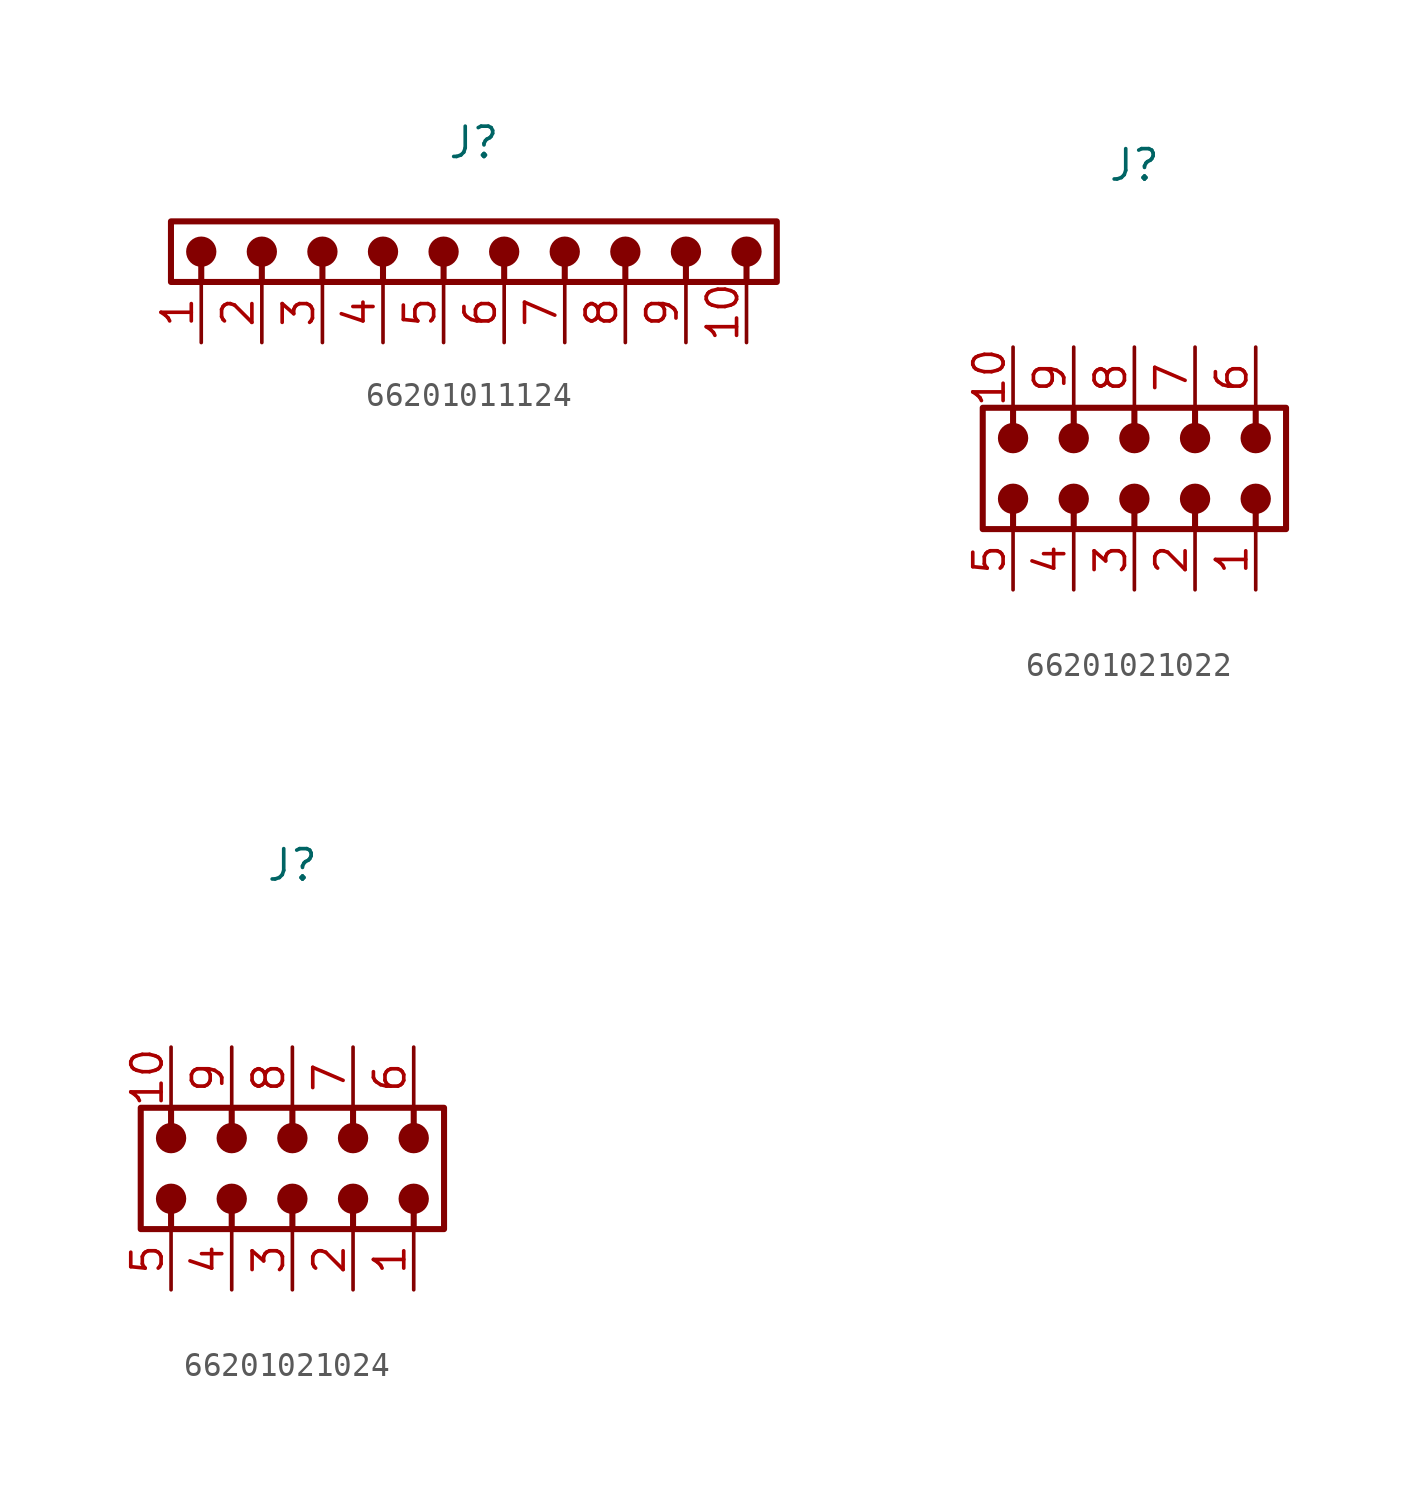
<source format=kicad_sym>
(kicad_symbol_lib
  (version 20241209)
  (generator "kicad_symbol_editor")
  (generator_version "9.0")
  (symbol "66201011124"
    (pin_names
      (hide yes))
    (property "Reference" "J"
      (at 0 4.572 0)
      (effects (font (size 1.27 1.27))))
    (symbol "66201011124_1_1"
      (rectangle (start -12.7 1.27) (end 12.7 -1.27) (stroke (width 0.254) (type solid)) (fill (type none)))
      (circle (center -11.43 0) (radius 0.508) (stroke (width 0.254) (type solid)) (fill (type outline)))
      (polyline (pts (xy -11.43 -0.508) (xy -11.43 -1.27)) (stroke (width 0.254) (type solid)) (fill (type none)))
      (circle (center -8.89 0) (radius 0.508) (stroke (width 0.254) (type solid)) (fill (type outline)))
      (polyline (pts (xy -8.89 -0.508) (xy -8.89 -1.27)) (stroke (width 0.254) (type solid)) (fill (type none)))
      (circle (center -6.35 0) (radius 0.508) (stroke (width 0.254) (type solid)) (fill (type outline)))
      (polyline (pts (xy -6.35 -0.508) (xy -6.35 -1.27)) (stroke (width 0.254) (type solid)) (fill (type none)))
      (circle (center -3.81 0) (radius 0.508) (stroke (width 0.254) (type solid)) (fill (type outline)))
      (polyline (pts (xy -3.81 -0.508) (xy -3.81 -1.27)) (stroke (width 0.254) (type solid)) (fill (type none)))
      (circle (center -1.27 0) (radius 0.508) (stroke (width 0.254) (type solid)) (fill (type outline)))
      (polyline (pts (xy -1.27 -0.508) (xy -1.27 -1.27)) (stroke (width 0.254) (type solid)) (fill (type none)))
      (circle (center 1.27 0) (radius 0.508) (stroke (width 0.254) (type solid)) (fill (type outline)))
      (polyline (pts (xy 1.27 -0.508) (xy 1.27 -1.27)) (stroke (width 0.254) (type solid)) (fill (type none)))
      (circle (center 3.81 0) (radius 0.508) (stroke (width 0.254) (type solid)) (fill (type outline)))
      (polyline (pts (xy 3.81 -0.508) (xy 3.81 -1.27)) (stroke (width 0.254) (type solid)) (fill (type none)))
      (circle (center 6.35 0) (radius 0.508) (stroke (width 0.254) (type solid)) (fill (type outline)))
      (polyline (pts (xy 6.35 -0.508) (xy 6.35 -1.27)) (stroke (width 0.254) (type solid)) (fill (type none)))
      (circle (center 8.89 0) (radius 0.508) (stroke (width 0.254) (type solid)) (fill (type outline)))
      (polyline (pts (xy 8.89 -0.508) (xy 8.89 -1.27)) (stroke (width 0.254) (type solid)) (fill (type none)))
      (circle (center 11.43 0) (radius 0.508) (stroke (width 0.254) (type solid)) (fill (type outline)))
      (polyline (pts (xy 11.43 -0.508) (xy 11.43 -1.27)) (stroke (width 0.254) (type solid)) (fill (type none)))
      (pin passive line (at -11.43 -3.81 90) (length 2.54) (name "1" (effects (font (size 1.27 1.27)))) (number "1" (effects (font (size 1.27 1.27)))))
      (pin passive line (at -8.89 -3.81 90) (length 2.54) (name "2" (effects (font (size 1.27 1.27)))) (number "2" (effects (font (size 1.27 1.27)))))
      (pin passive line (at -6.35 -3.81 90) (length 2.54) (name "3" (effects (font (size 1.27 1.27)))) (number "3" (effects (font (size 1.27 1.27)))))
      (pin passive line (at -3.81 -3.81 90) (length 2.54) (name "4" (effects (font (size 1.27 1.27)))) (number "4" (effects (font (size 1.27 1.27)))))
      (pin passive line (at -1.27 -3.81 90) (length 2.54) (name "5" (effects (font (size 1.27 1.27)))) (number "5" (effects (font (size 1.27 1.27)))))
      (pin passive line (at 1.27 -3.81 90) (length 2.54) (name "6" (effects (font (size 1.27 1.27)))) (number "6" (effects (font (size 1.27 1.27)))))
      (pin passive line (at 3.81 -3.81 90) (length 2.54) (name "7" (effects (font (size 1.27 1.27)))) (number "7" (effects (font (size 1.27 1.27)))))
      (pin passive line (at 6.35 -3.81 90) (length 2.54) (name "8" (effects (font (size 1.27 1.27)))) (number "8" (effects (font (size 1.27 1.27)))))
      (pin passive line (at 8.89 -3.81 90) (length 2.54) (name "9" (effects (font (size 1.27 1.27)))) (number "9" (effects (font (size 1.27 1.27)))))
      (pin passive line (at 11.43 -3.81 90) (length 2.54) (name "10" (effects (font (size 1.27 1.27)))) (number "10" (effects (font (size 1.27 1.27)))))))
  (symbol "66201021022"
    (pin_names
      (hide yes))
    (property "Reference" "J"
      (at 0 12.7 0)
      (effects (font (size 1.27 1.27))))
    (symbol "66201021022_1_1"
      (rectangle (start -6.35 2.54) (end 6.35 -2.54) (stroke (width 0.254) (type solid)) (fill (type none)))
      (polyline (pts (xy -5.08 1.778) (xy -5.08 2.54)) (stroke (width 0.254) (type solid)) (fill (type none)))
      (circle (center -5.08 1.27) (radius 0.508) (stroke (width 0.254) (type solid)) (fill (type outline)))
      (circle (center -5.08 -1.27) (radius 0.508) (stroke (width 0.254) (type solid)) (fill (type outline)))
      (polyline (pts (xy -5.08 -1.778) (xy -5.08 -2.54)) (stroke (width 0.254) (type solid)) (fill (type none)))
      (polyline (pts (xy -2.54 1.778) (xy -2.54 2.54)) (stroke (width 0.254) (type solid)) (fill (type none)))
      (circle (center -2.54 1.27) (radius 0.508) (stroke (width 0.254) (type solid)) (fill (type outline)))
      (circle (center -2.54 -1.27) (radius 0.508) (stroke (width 0.254) (type solid)) (fill (type outline)))
      (polyline (pts (xy -2.54 -1.778) (xy -2.54 -2.54)) (stroke (width 0.254) (type solid)) (fill (type none)))
      (polyline (pts (xy 0 1.778) (xy 0 2.54)) (stroke (width 0.254) (type solid)) (fill (type none)))
      (circle (center 0 1.27) (radius 0.508) (stroke (width 0.254) (type solid)) (fill (type outline)))
      (circle (center 0 -1.27) (radius 0.508) (stroke (width 0.254) (type solid)) (fill (type outline)))
      (polyline (pts (xy 0 -1.778) (xy 0 -2.54)) (stroke (width 0.254) (type solid)) (fill (type none)))
      (polyline (pts (xy 2.54 1.778) (xy 2.54 2.54)) (stroke (width 0.254) (type solid)) (fill (type none)))
      (circle (center 2.54 1.27) (radius 0.508) (stroke (width 0.254) (type solid)) (fill (type outline)))
      (circle (center 2.54 -1.27) (radius 0.508) (stroke (width 0.254) (type solid)) (fill (type outline)))
      (polyline (pts (xy 2.54 -1.778) (xy 2.54 -2.54)) (stroke (width 0.254) (type solid)) (fill (type none)))
      (polyline (pts (xy 5.08 1.778) (xy 5.08 2.54)) (stroke (width 0.254) (type solid)) (fill (type none)))
      (circle (center 5.08 1.27) (radius 0.508) (stroke (width 0.254) (type solid)) (fill (type outline)))
      (circle (center 5.08 -1.27) (radius 0.508) (stroke (width 0.254) (type solid)) (fill (type outline)))
      (polyline (pts (xy 5.08 -1.778) (xy 5.08 -2.54)) (stroke (width 0.254) (type solid)) (fill (type none)))
      (pin passive line (at -5.08 5.08 270) (length 2.54) (name "10" (effects (font (size 1.27 1.27)))) (number "10" (effects (font (size 1.27 1.27)))))
      (pin passive line (at -5.08 -5.08 90) (length 2.54) (name "5" (effects (font (size 1.27 1.27)))) (number "5" (effects (font (size 1.27 1.27)))))
      (pin passive line (at -2.54 5.08 270) (length 2.54) (name "9" (effects (font (size 1.27 1.27)))) (number "9" (effects (font (size 1.27 1.27)))))
      (pin passive line (at -2.54 -5.08 90) (length 2.54) (name "4" (effects (font (size 1.27 1.27)))) (number "4" (effects (font (size 1.27 1.27)))))
      (pin passive line (at 0 5.08 270) (length 2.54) (name "8" (effects (font (size 1.27 1.27)))) (number "8" (effects (font (size 1.27 1.27)))))
      (pin passive line (at 0 -5.08 90) (length 2.54) (name "3" (effects (font (size 1.27 1.27)))) (number "3" (effects (font (size 1.27 1.27)))))
      (pin passive line (at 2.54 5.08 270) (length 2.54) (name "7" (effects (font (size 1.27 1.27)))) (number "7" (effects (font (size 1.27 1.27)))))
      (pin passive line (at 2.54 -5.08 90) (length 2.54) (name "2" (effects (font (size 1.27 1.27)))) (number "2" (effects (font (size 1.27 1.27)))))
      (pin passive line (at 5.08 5.08 270) (length 2.54) (name "6" (effects (font (size 1.27 1.27)))) (number "6" (effects (font (size 1.27 1.27)))))
      (pin passive line (at 5.08 -5.08 90) (length 2.54) (name "1" (effects (font (size 1.27 1.27)))) (number "1" (effects (font (size 1.27 1.27)))))))
  (symbol "66201021024"
    (pin_names
      (hide yes))
    (property "Reference" "J"
      (at 0 12.7 0)
      (effects (font (size 1.27 1.27))))
    (symbol "66201021024_1_1"
      (rectangle (start -6.35 2.54) (end 6.35 -2.54) (stroke (width 0.254) (type solid)) (fill (type none)))
      (polyline (pts (xy -5.08 1.778) (xy -5.08 2.54)) (stroke (width 0.254) (type solid)) (fill (type none)))
      (circle (center -5.08 1.27) (radius 0.508) (stroke (width 0.254) (type solid)) (fill (type outline)))
      (circle (center -5.08 -1.27) (radius 0.508) (stroke (width 0.254) (type solid)) (fill (type outline)))
      (polyline (pts (xy -5.08 -1.778) (xy -5.08 -2.54)) (stroke (width 0.254) (type solid)) (fill (type none)))
      (polyline (pts (xy -2.54 1.778) (xy -2.54 2.54)) (stroke (width 0.254) (type solid)) (fill (type none)))
      (circle (center -2.54 1.27) (radius 0.508) (stroke (width 0.254) (type solid)) (fill (type outline)))
      (circle (center -2.54 -1.27) (radius 0.508) (stroke (width 0.254) (type solid)) (fill (type outline)))
      (polyline (pts (xy -2.54 -1.778) (xy -2.54 -2.54)) (stroke (width 0.254) (type solid)) (fill (type none)))
      (polyline (pts (xy 0 1.778) (xy 0 2.54)) (stroke (width 0.254) (type solid)) (fill (type none)))
      (circle (center 0 1.27) (radius 0.508) (stroke (width 0.254) (type solid)) (fill (type outline)))
      (circle (center 0 -1.27) (radius 0.508) (stroke (width 0.254) (type solid)) (fill (type outline)))
      (polyline (pts (xy 0 -1.778) (xy 0 -2.54)) (stroke (width 0.254) (type solid)) (fill (type none)))
      (polyline (pts (xy 2.54 1.778) (xy 2.54 2.54)) (stroke (width 0.254) (type solid)) (fill (type none)))
      (circle (center 2.54 1.27) (radius 0.508) (stroke (width 0.254) (type solid)) (fill (type outline)))
      (circle (center 2.54 -1.27) (radius 0.508) (stroke (width 0.254) (type solid)) (fill (type outline)))
      (polyline (pts (xy 2.54 -1.778) (xy 2.54 -2.54)) (stroke (width 0.254) (type solid)) (fill (type none)))
      (polyline (pts (xy 5.08 1.778) (xy 5.08 2.54)) (stroke (width 0.254) (type solid)) (fill (type none)))
      (circle (center 5.08 1.27) (radius 0.508) (stroke (width 0.254) (type solid)) (fill (type outline)))
      (circle (center 5.08 -1.27) (radius 0.508) (stroke (width 0.254) (type solid)) (fill (type outline)))
      (polyline (pts (xy 5.08 -1.778) (xy 5.08 -2.54)) (stroke (width 0.254) (type solid)) (fill (type none)))
      (pin passive line (at -5.08 5.08 270) (length 2.54) (name "10" (effects (font (size 1.27 1.27)))) (number "10" (effects (font (size 1.27 1.27)))))
      (pin passive line (at -5.08 -5.08 90) (length 2.54) (name "5" (effects (font (size 1.27 1.27)))) (number "5" (effects (font (size 1.27 1.27)))))
      (pin passive line (at -2.54 5.08 270) (length 2.54) (name "9" (effects (font (size 1.27 1.27)))) (number "9" (effects (font (size 1.27 1.27)))))
      (pin passive line (at -2.54 -5.08 90) (length 2.54) (name "4" (effects (font (size 1.27 1.27)))) (number "4" (effects (font (size 1.27 1.27)))))
      (pin passive line (at 0 5.08 270) (length 2.54) (name "8" (effects (font (size 1.27 1.27)))) (number "8" (effects (font (size 1.27 1.27)))))
      (pin passive line (at 0 -5.08 90) (length 2.54) (name "3" (effects (font (size 1.27 1.27)))) (number "3" (effects (font (size 1.27 1.27)))))
      (pin passive line (at 2.54 5.08 270) (length 2.54) (name "7" (effects (font (size 1.27 1.27)))) (number "7" (effects (font (size 1.27 1.27)))))
      (pin passive line (at 2.54 -5.08 90) (length 2.54) (name "2" (effects (font (size 1.27 1.27)))) (number "2" (effects (font (size 1.27 1.27)))))
      (pin passive line (at 5.08 5.08 270) (length 2.54) (name "6" (effects (font (size 1.27 1.27)))) (number "6" (effects (font (size 1.27 1.27)))))
      (pin passive line (at 5.08 -5.08 90) (length 2.54) (name "1" (effects (font (size 1.27 1.27)))) (number "1" (effects (font (size 1.27 1.27))))))))
</source>
